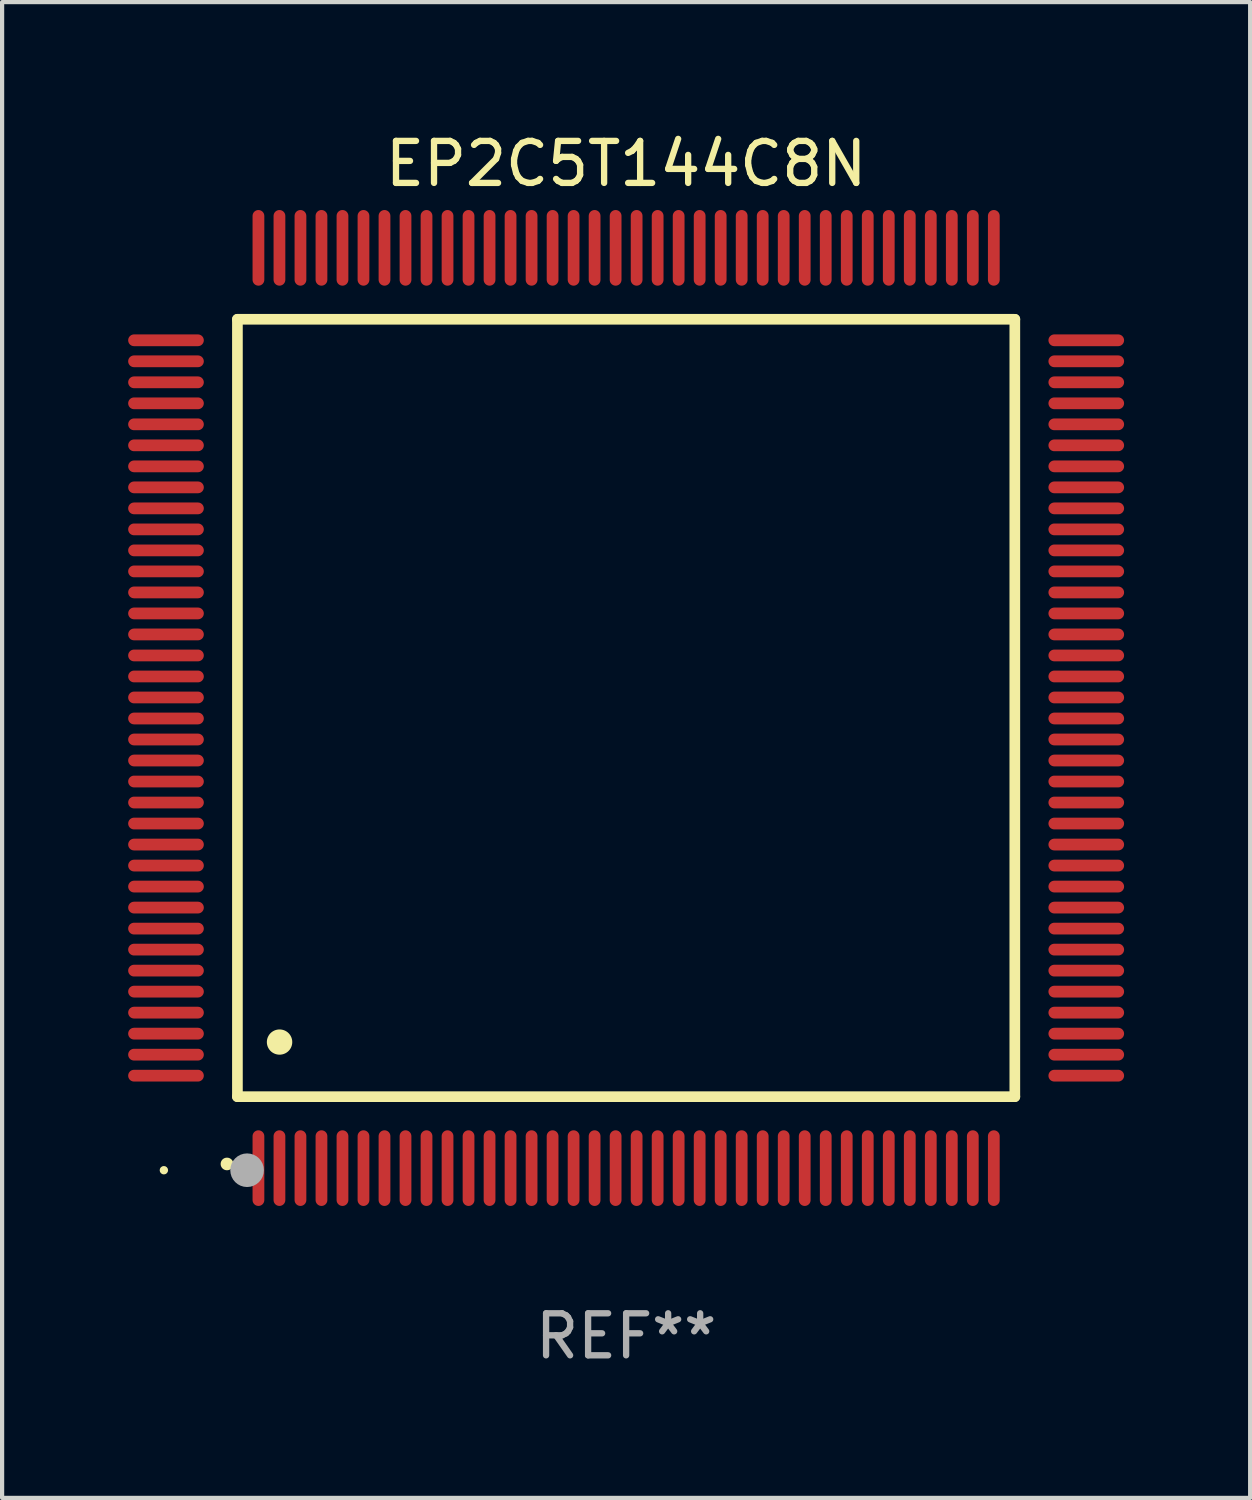
<source format=kicad_pcb>
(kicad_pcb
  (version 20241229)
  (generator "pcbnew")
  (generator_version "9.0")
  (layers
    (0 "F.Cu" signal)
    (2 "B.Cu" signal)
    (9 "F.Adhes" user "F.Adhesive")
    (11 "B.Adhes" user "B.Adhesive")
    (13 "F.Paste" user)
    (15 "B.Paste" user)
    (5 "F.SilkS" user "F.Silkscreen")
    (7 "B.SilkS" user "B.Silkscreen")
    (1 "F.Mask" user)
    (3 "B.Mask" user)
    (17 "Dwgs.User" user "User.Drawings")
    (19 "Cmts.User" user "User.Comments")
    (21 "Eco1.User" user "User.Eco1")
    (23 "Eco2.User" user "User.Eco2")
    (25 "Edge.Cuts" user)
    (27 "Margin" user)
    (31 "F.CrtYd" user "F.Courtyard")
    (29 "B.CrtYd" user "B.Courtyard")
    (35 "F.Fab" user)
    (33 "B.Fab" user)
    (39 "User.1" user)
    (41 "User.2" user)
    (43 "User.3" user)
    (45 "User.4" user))
  (footprint "EP2C5T144C8N"
    (layer "F.Cu")
    (at 11.85 13.798)
    (property "Reference" "EP2C5T144C8N" (at 0 -12.95 0) (layer "F.SilkS") (effects (font (size 1 1) (thickness 0.15))))
    (attr through_hole)
    (fp_line (start -9.25 -9.25) (end -9.25 9.25) (stroke (width 0.254) (type solid)) (layer "F.SilkS"))
    (fp_line (start -9.25 9.25) (end 9.25 9.25) (stroke (width 0.254) (type solid)) (layer "F.SilkS"))
    (fp_line (start 9.25 -9.25) (end -9.25 -9.25) (stroke (width 0.254) (type solid)) (layer "F.SilkS"))
    (fp_line (start 9.25 9.25) (end 9.25 -9.25) (stroke (width 0.254) (type solid)) (layer "F.SilkS"))
    (fp_arc (start -9.499619 10.850902) (mid -9.498349 10.850897) (end -9.497079 10.850902) (stroke (width 0.3) (type solid)) (layer "F.SilkS"))
    (fp_arc (start -8.249936 7.950216) (mid -8.247396 7.950205) (end -8.244856 7.950216) (stroke (width 0.6) (type solid)) (layer "F.SilkS"))
    (fp_circle (center -11 11) (end -10.95 11) (stroke (width 0.1) (type solid)) (fill no) (layer "F.SilkS"))
    (fp_circle (center -9.02 11) (end -8.82 11) (stroke (width 0.4) (type solid)) (fill no) (layer "F.Fab"))
    (fp_text user "REF**" (at 0 14.95 0) (layer "F.Fab") (effects (font (size 1 1) (thickness 0.15))))
    (pad "1" smd oval (at -8.75 10.95) (size 0.28 1.8) (layers "F.Cu" "F.Mask" "F.Paste"))
    (pad "2" smd oval (at -8.25 10.95) (size 0.28 1.8) (layers "F.Cu" "F.Mask" "F.Paste"))
    (pad "3" smd oval (at -7.75 10.95) (size 0.28 1.8) (layers "F.Cu" "F.Mask" "F.Paste"))
    (pad "4" smd oval (at -7.25 10.95) (size 0.28 1.8) (layers "F.Cu" "F.Mask" "F.Paste"))
    (pad "5" smd oval (at -6.75 10.95) (size 0.28 1.8) (layers "F.Cu" "F.Mask" "F.Paste"))
    (pad "6" smd oval (at -6.25 10.95) (size 0.28 1.8) (layers "F.Cu" "F.Mask" "F.Paste"))
    (pad "7" smd oval (at -5.75 10.95) (size 0.28 1.8) (layers "F.Cu" "F.Mask" "F.Paste"))
    (pad "8" smd oval (at -5.25 10.95) (size 0.28 1.8) (layers "F.Cu" "F.Mask" "F.Paste"))
    (pad "9" smd oval (at -4.75 10.95) (size 0.28 1.8) (layers "F.Cu" "F.Mask" "F.Paste"))
    (pad "10" smd oval (at -4.25 10.95) (size 0.28 1.8) (layers "F.Cu" "F.Mask" "F.Paste"))
    (pad "11" smd oval (at -3.75 10.95) (size 0.28 1.8) (layers "F.Cu" "F.Mask" "F.Paste"))
    (pad "12" smd oval (at -3.25 10.95) (size 0.28 1.8) (layers "F.Cu" "F.Mask" "F.Paste"))
    (pad "13" smd oval (at -2.75 10.95) (size 0.28 1.8) (layers "F.Cu" "F.Mask" "F.Paste"))
    (pad "14" smd oval (at -2.25 10.95) (size 0.28 1.8) (layers "F.Cu" "F.Mask" "F.Paste"))
    (pad "15" smd oval (at -1.75 10.95) (size 0.28 1.8) (layers "F.Cu" "F.Mask" "F.Paste"))
    (pad "16" smd oval (at -1.25 10.95) (size 0.28 1.8) (layers "F.Cu" "F.Mask" "F.Paste"))
    (pad "17" smd oval (at -0.75 10.95) (size 0.28 1.8) (layers "F.Cu" "F.Mask" "F.Paste"))
    (pad "18" smd oval (at -0.25 10.95) (size 0.28 1.8) (layers "F.Cu" "F.Mask" "F.Paste"))
    (pad "19" smd oval (at 0.25 10.95) (size 0.28 1.8) (layers "F.Cu" "F.Mask" "F.Paste"))
    (pad "20" smd oval (at 0.75 10.95) (size 0.28 1.8) (layers "F.Cu" "F.Mask" "F.Paste"))
    (pad "21" smd oval (at 1.25 10.95) (size 0.28 1.8) (layers "F.Cu" "F.Mask" "F.Paste"))
    (pad "22" smd oval (at 1.75 10.95) (size 0.28 1.8) (layers "F.Cu" "F.Mask" "F.Paste"))
    (pad "23" smd oval (at 2.25 10.95) (size 0.28 1.8) (layers "F.Cu" "F.Mask" "F.Paste"))
    (pad "24" smd oval (at 2.75 10.95) (size 0.28 1.8) (layers "F.Cu" "F.Mask" "F.Paste"))
    (pad "25" smd oval (at 3.25 10.95) (size 0.28 1.8) (layers "F.Cu" "F.Mask" "F.Paste"))
    (pad "26" smd oval (at 3.75 10.95) (size 0.28 1.8) (layers "F.Cu" "F.Mask" "F.Paste"))
    (pad "27" smd oval (at 4.25 10.95) (size 0.28 1.8) (layers "F.Cu" "F.Mask" "F.Paste"))
    (pad "28" smd oval (at 4.75 10.95) (size 0.28 1.8) (layers "F.Cu" "F.Mask" "F.Paste"))
    (pad "29" smd oval (at 5.25 10.95) (size 0.28 1.8) (layers "F.Cu" "F.Mask" "F.Paste"))
    (pad "30" smd oval (at 5.75 10.95) (size 0.28 1.8) (layers "F.Cu" "F.Mask" "F.Paste"))
    (pad "31" smd oval (at 6.25 10.95) (size 0.28 1.8) (layers "F.Cu" "F.Mask" "F.Paste"))
    (pad "32" smd oval (at 6.75 10.95) (size 0.28 1.8) (layers "F.Cu" "F.Mask" "F.Paste"))
    (pad "33" smd oval (at 7.25 10.95) (size 0.28 1.8) (layers "F.Cu" "F.Mask" "F.Paste"))
    (pad "34" smd oval (at 7.75 10.95) (size 0.28 1.8) (layers "F.Cu" "F.Mask" "F.Paste"))
    (pad "35" smd oval (at 8.25 10.95) (size 0.28 1.8) (layers "F.Cu" "F.Mask" "F.Paste"))
    (pad "36" smd oval (at 8.75 10.95) (size 0.28 1.8) (layers "F.Cu" "F.Mask" "F.Paste"))
    (pad "37" smd oval (at 10.95 8.75) (size 1.8 0.28) (layers "F.Cu" "F.Mask" "F.Paste"))
    (pad "38" smd oval (at 10.95 8.25) (size 1.8 0.28) (layers "F.Cu" "F.Mask" "F.Paste"))
    (pad "39" smd oval (at 10.95 7.75) (size 1.8 0.28) (layers "F.Cu" "F.Mask" "F.Paste"))
    (pad "40" smd oval (at 10.95 7.25) (size 1.8 0.28) (layers "F.Cu" "F.Mask" "F.Paste"))
    (pad "41" smd oval (at 10.95 6.75) (size 1.8 0.28) (layers "F.Cu" "F.Mask" "F.Paste"))
    (pad "42" smd oval (at 10.95 6.25) (size 1.8 0.28) (layers "F.Cu" "F.Mask" "F.Paste"))
    (pad "43" smd oval (at 10.95 5.75) (size 1.8 0.28) (layers "F.Cu" "F.Mask" "F.Paste"))
    (pad "44" smd oval (at 10.95 5.25) (size 1.8 0.28) (layers "F.Cu" "F.Mask" "F.Paste"))
    (pad "45" smd oval (at 10.95 4.75) (size 1.8 0.28) (layers "F.Cu" "F.Mask" "F.Paste"))
    (pad "46" smd oval (at 10.95 4.25) (size 1.8 0.28) (layers "F.Cu" "F.Mask" "F.Paste"))
    (pad "47" smd oval (at 10.95 3.75) (size 1.8 0.28) (layers "F.Cu" "F.Mask" "F.Paste"))
    (pad "48" smd oval (at 10.95 3.25) (size 1.8 0.28) (layers "F.Cu" "F.Mask" "F.Paste"))
    (pad "49" smd oval (at 10.95 2.75) (size 1.8 0.28) (layers "F.Cu" "F.Mask" "F.Paste"))
    (pad "50" smd oval (at 10.95 2.25) (size 1.8 0.28) (layers "F.Cu" "F.Mask" "F.Paste"))
    (pad "51" smd oval (at 10.95 1.75) (size 1.8 0.28) (layers "F.Cu" "F.Mask" "F.Paste"))
    (pad "52" smd oval (at 10.95 1.25) (size 1.8 0.28) (layers "F.Cu" "F.Mask" "F.Paste"))
    (pad "53" smd oval (at 10.95 0.75) (size 1.8 0.28) (layers "F.Cu" "F.Mask" "F.Paste"))
    (pad "54" smd oval (at 10.95 0.25) (size 1.8 0.28) (layers "F.Cu" "F.Mask" "F.Paste"))
    (pad "55" smd oval (at 10.95 -0.25) (size 1.8 0.28) (layers "F.Cu" "F.Mask" "F.Paste"))
    (pad "56" smd oval (at 10.95 -0.75) (size 1.8 0.28) (layers "F.Cu" "F.Mask" "F.Paste"))
    (pad "57" smd oval (at 10.95 -1.25) (size 1.8 0.28) (layers "F.Cu" "F.Mask" "F.Paste"))
    (pad "58" smd oval (at 10.95 -1.75) (size 1.8 0.28) (layers "F.Cu" "F.Mask" "F.Paste"))
    (pad "59" smd oval (at 10.95 -2.25) (size 1.8 0.28) (layers "F.Cu" "F.Mask" "F.Paste"))
    (pad "60" smd oval (at 10.95 -2.75) (size 1.8 0.28) (layers "F.Cu" "F.Mask" "F.Paste"))
    (pad "61" smd oval (at 10.95 -3.25) (size 1.8 0.28) (layers "F.Cu" "F.Mask" "F.Paste"))
    (pad "62" smd oval (at 10.95 -3.75) (size 1.8 0.28) (layers "F.Cu" "F.Mask" "F.Paste"))
    (pad "63" smd oval (at 10.95 -4.25) (size 1.8 0.28) (layers "F.Cu" "F.Mask" "F.Paste"))
    (pad "64" smd oval (at 10.95 -4.75) (size 1.8 0.28) (layers "F.Cu" "F.Mask" "F.Paste"))
    (pad "65" smd oval (at 10.95 -5.25) (size 1.8 0.28) (layers "F.Cu" "F.Mask" "F.Paste"))
    (pad "66" smd oval (at 10.95 -5.75) (size 1.8 0.28) (layers "F.Cu" "F.Mask" "F.Paste"))
    (pad "67" smd oval (at 10.95 -6.25) (size 1.8 0.28) (layers "F.Cu" "F.Mask" "F.Paste"))
    (pad "68" smd oval (at 10.95 -6.75) (size 1.8 0.28) (layers "F.Cu" "F.Mask" "F.Paste"))
    (pad "69" smd oval (at 10.95 -7.25) (size 1.8 0.28) (layers "F.Cu" "F.Mask" "F.Paste"))
    (pad "70" smd oval (at 10.95 -7.75) (size 1.8 0.28) (layers "F.Cu" "F.Mask" "F.Paste"))
    (pad "71" smd oval (at 10.95 -8.25) (size 1.8 0.28) (layers "F.Cu" "F.Mask" "F.Paste"))
    (pad "72" smd oval (at 10.95 -8.75) (size 1.8 0.28) (layers "F.Cu" "F.Mask" "F.Paste"))
    (pad "73" smd oval (at 8.75 -10.95) (size 0.28 1.8) (layers "F.Cu" "F.Mask" "F.Paste"))
    (pad "74" smd oval (at 8.25 -10.95) (size 0.28 1.8) (layers "F.Cu" "F.Mask" "F.Paste"))
    (pad "75" smd oval (at 7.75 -10.95) (size 0.28 1.8) (layers "F.Cu" "F.Mask" "F.Paste"))
    (pad "76" smd oval (at 7.25 -10.95) (size 0.28 1.8) (layers "F.Cu" "F.Mask" "F.Paste"))
    (pad "77" smd oval (at 6.75 -10.95) (size 0.28 1.8) (layers "F.Cu" "F.Mask" "F.Paste"))
    (pad "78" smd oval (at 6.25 -10.95) (size 0.28 1.8) (layers "F.Cu" "F.Mask" "F.Paste"))
    (pad "79" smd oval (at 5.75 -10.95) (size 0.28 1.8) (layers "F.Cu" "F.Mask" "F.Paste"))
    (pad "80" smd oval (at 5.25 -10.95) (size 0.28 1.8) (layers "F.Cu" "F.Mask" "F.Paste"))
    (pad "81" smd oval (at 4.75 -10.95) (size 0.28 1.8) (layers "F.Cu" "F.Mask" "F.Paste"))
    (pad "82" smd oval (at 4.25 -10.95) (size 0.28 1.8) (layers "F.Cu" "F.Mask" "F.Paste"))
    (pad "83" smd oval (at 3.75 -10.95) (size 0.28 1.8) (layers "F.Cu" "F.Mask" "F.Paste"))
    (pad "84" smd oval (at 3.25 -10.95) (size 0.28 1.8) (layers "F.Cu" "F.Mask" "F.Paste"))
    (pad "85" smd oval (at 2.75 -10.95) (size 0.28 1.8) (layers "F.Cu" "F.Mask" "F.Paste"))
    (pad "86" smd oval (at 2.25 -10.95) (size 0.28 1.8) (layers "F.Cu" "F.Mask" "F.Paste"))
    (pad "87" smd oval (at 1.75 -10.95) (size 0.28 1.8) (layers "F.Cu" "F.Mask" "F.Paste"))
    (pad "88" smd oval (at 1.25 -10.95) (size 0.28 1.8) (layers "F.Cu" "F.Mask" "F.Paste"))
    (pad "89" smd oval (at 0.75 -10.95) (size 0.28 1.8) (layers "F.Cu" "F.Mask" "F.Paste"))
    (pad "90" smd oval (at 0.25 -10.95) (size 0.28 1.8) (layers "F.Cu" "F.Mask" "F.Paste"))
    (pad "91" smd oval (at -0.25 -10.95) (size 0.28 1.8) (layers "F.Cu" "F.Mask" "F.Paste"))
    (pad "92" smd oval (at -0.75 -10.95) (size 0.28 1.8) (layers "F.Cu" "F.Mask" "F.Paste"))
    (pad "93" smd oval (at -1.25 -10.95) (size 0.28 1.8) (layers "F.Cu" "F.Mask" "F.Paste"))
    (pad "94" smd oval (at -1.75 -10.95) (size 0.28 1.8) (layers "F.Cu" "F.Mask" "F.Paste"))
    (pad "95" smd oval (at -2.25 -10.95) (size 0.28 1.8) (layers "F.Cu" "F.Mask" "F.Paste"))
    (pad "96" smd oval (at -2.75 -10.95) (size 0.28 1.8) (layers "F.Cu" "F.Mask" "F.Paste"))
    (pad "97" smd oval (at -3.25 -10.95) (size 0.28 1.8) (layers "F.Cu" "F.Mask" "F.Paste"))
    (pad "98" smd oval (at -3.75 -10.95) (size 0.28 1.8) (layers "F.Cu" "F.Mask" "F.Paste"))
    (pad "99" smd oval (at -4.25 -10.95) (size 0.28 1.8) (layers "F.Cu" "F.Mask" "F.Paste"))
    (pad "100" smd oval (at -4.75 -10.95) (size 0.28 1.8) (layers "F.Cu" "F.Mask" "F.Paste"))
    (pad "101" smd oval (at -5.25 -10.95) (size 0.28 1.8) (layers "F.Cu" "F.Mask" "F.Paste"))
    (pad "102" smd oval (at -5.75 -10.95) (size 0.28 1.8) (layers "F.Cu" "F.Mask" "F.Paste"))
    (pad "103" smd oval (at -6.25 -10.95) (size 0.28 1.8) (layers "F.Cu" "F.Mask" "F.Paste"))
    (pad "104" smd oval (at -6.75 -10.95) (size 0.28 1.8) (layers "F.Cu" "F.Mask" "F.Paste"))
    (pad "105" smd oval (at -7.25 -10.95) (size 0.28 1.8) (layers "F.Cu" "F.Mask" "F.Paste"))
    (pad "106" smd oval (at -7.75 -10.95) (size 0.28 1.8) (layers "F.Cu" "F.Mask" "F.Paste"))
    (pad "107" smd oval (at -8.25 -10.95) (size 0.28 1.8) (layers "F.Cu" "F.Mask" "F.Paste"))
    (pad "108" smd oval (at -8.75 -10.95) (size 0.28 1.8) (layers "F.Cu" "F.Mask" "F.Paste"))
    (pad "109" smd oval (at -10.95 -8.75) (size 1.8 0.28) (layers "F.Cu" "F.Mask" "F.Paste"))
    (pad "110" smd oval (at -10.95 -8.25) (size 1.8 0.28) (layers "F.Cu" "F.Mask" "F.Paste"))
    (pad "111" smd oval (at -10.95 -7.75) (size 1.8 0.28) (layers "F.Cu" "F.Mask" "F.Paste"))
    (pad "112" smd oval (at -10.95 -7.25) (size 1.8 0.28) (layers "F.Cu" "F.Mask" "F.Paste"))
    (pad "113" smd oval (at -10.95 -6.75) (size 1.8 0.28) (layers "F.Cu" "F.Mask" "F.Paste"))
    (pad "114" smd oval (at -10.95 -6.25) (size 1.8 0.28) (layers "F.Cu" "F.Mask" "F.Paste"))
    (pad "115" smd oval (at -10.95 -5.75) (size 1.8 0.28) (layers "F.Cu" "F.Mask" "F.Paste"))
    (pad "116" smd oval (at -10.95 -5.25) (size 1.8 0.28) (layers "F.Cu" "F.Mask" "F.Paste"))
    (pad "117" smd oval (at -10.95 -4.75) (size 1.8 0.28) (layers "F.Cu" "F.Mask" "F.Paste"))
    (pad "118" smd oval (at -10.95 -4.25) (size 1.8 0.28) (layers "F.Cu" "F.Mask" "F.Paste"))
    (pad "119" smd oval (at -10.95 -3.75) (size 1.8 0.28) (layers "F.Cu" "F.Mask" "F.Paste"))
    (pad "120" smd oval (at -10.95 -3.25) (size 1.8 0.28) (layers "F.Cu" "F.Mask" "F.Paste"))
    (pad "121" smd oval (at -10.95 -2.75) (size 1.8 0.28) (layers "F.Cu" "F.Mask" "F.Paste"))
    (pad "122" smd oval (at -10.95 -2.25) (size 1.8 0.28) (layers "F.Cu" "F.Mask" "F.Paste"))
    (pad "123" smd oval (at -10.95 -1.75) (size 1.8 0.28) (layers "F.Cu" "F.Mask" "F.Paste"))
    (pad "124" smd oval (at -10.95 -1.25) (size 1.8 0.28) (layers "F.Cu" "F.Mask" "F.Paste"))
    (pad "125" smd oval (at -10.95 -0.75) (size 1.8 0.28) (layers "F.Cu" "F.Mask" "F.Paste"))
    (pad "126" smd oval (at -10.95 -0.25) (size 1.8 0.28) (layers "F.Cu" "F.Mask" "F.Paste"))
    (pad "127" smd oval (at -10.95 0.25) (size 1.8 0.28) (layers "F.Cu" "F.Mask" "F.Paste"))
    (pad "128" smd oval (at -10.95 0.75) (size 1.8 0.28) (layers "F.Cu" "F.Mask" "F.Paste"))
    (pad "129" smd oval (at -10.95 1.25) (size 1.8 0.28) (layers "F.Cu" "F.Mask" "F.Paste"))
    (pad "130" smd oval (at -10.95 1.75) (size 1.8 0.28) (layers "F.Cu" "F.Mask" "F.Paste"))
    (pad "131" smd oval (at -10.95 2.25) (size 1.8 0.28) (layers "F.Cu" "F.Mask" "F.Paste"))
    (pad "132" smd oval (at -10.95 2.75) (size 1.8 0.28) (layers "F.Cu" "F.Mask" "F.Paste"))
    (pad "133" smd oval (at -10.95 3.25) (size 1.8 0.28) (layers "F.Cu" "F.Mask" "F.Paste"))
    (pad "134" smd oval (at -10.95 3.75) (size 1.8 0.28) (layers "F.Cu" "F.Mask" "F.Paste"))
    (pad "135" smd oval (at -10.95 4.25) (size 1.8 0.28) (layers "F.Cu" "F.Mask" "F.Paste"))
    (pad "136" smd oval (at -10.95 4.75) (size 1.8 0.28) (layers "F.Cu" "F.Mask" "F.Paste"))
    (pad "137" smd oval (at -10.95 5.25) (size 1.8 0.28) (layers "F.Cu" "F.Mask" "F.Paste"))
    (pad "138" smd oval (at -10.95 5.75) (size 1.8 0.28) (layers "F.Cu" "F.Mask" "F.Paste"))
    (pad "139" smd oval (at -10.95 6.25) (size 1.8 0.28) (layers "F.Cu" "F.Mask" "F.Paste"))
    (pad "140" smd oval (at -10.95 6.75) (size 1.8 0.28) (layers "F.Cu" "F.Mask" "F.Paste"))
    (pad "141" smd oval (at -10.95 7.25) (size 1.8 0.28) (layers "F.Cu" "F.Mask" "F.Paste"))
    (pad "142" smd oval (at -10.95 7.75) (size 1.8 0.28) (layers "F.Cu" "F.Mask" "F.Paste"))
    (pad "143" smd oval (at -10.95 8.25) (size 1.8 0.28) (layers "F.Cu" "F.Mask" "F.Paste"))
    (pad "144" smd oval (at -10.95 8.75) (size 1.8 0.28) (layers "F.Cu" "F.Mask" "F.Paste")))
  (gr_rect
    (start -3 -3)
    (end 26.7 32.596)
    (stroke (width 0.1) (type default))
    (fill no)
    (layer "Edge.Cuts")))
</source>
